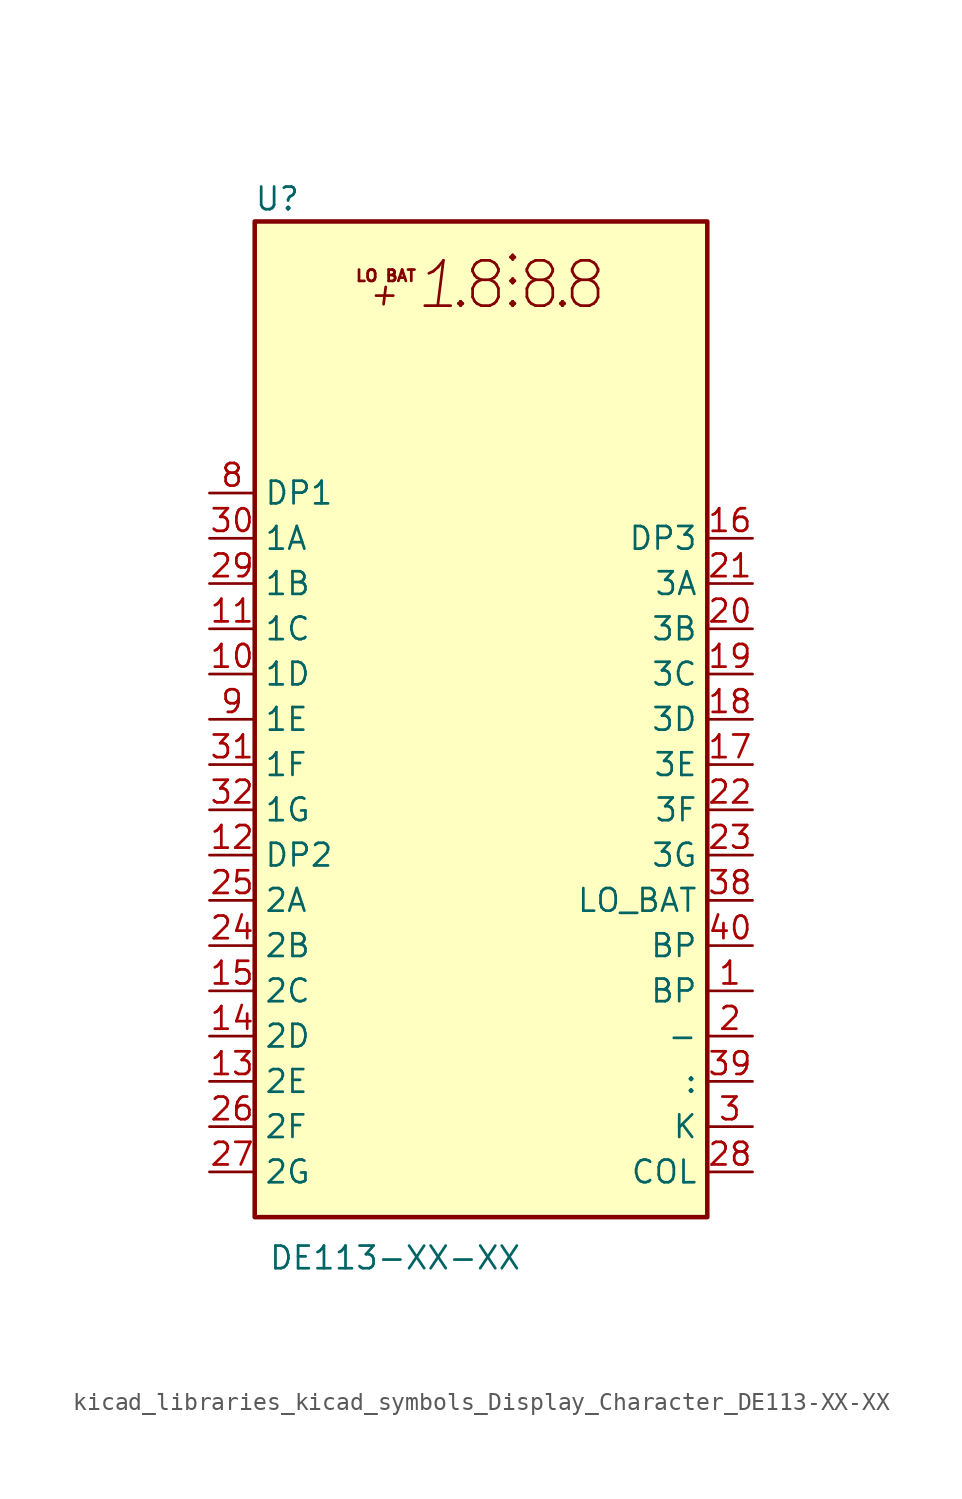
<source format=kicad_sym>
(kicad_symbol_lib
  (version 20220914)
  (generator kicad_symbol_editor)
  (symbol "kicad_libraries_kicad_symbols_Display_Character_DE113-XX-XX"
    (property "Reference" "U"
      (at -11.43 29.21 0)
      (effects (font (size 1.27 1.27))))
    (property "Value" "DE113-XX-XX"
      (at -11.938 -30.226 0)
      (effects (font (size 1.27 1.27)) (justify left)))
    (symbol "kicad_libraries_kicad_symbols_Display_Character_DE113-XX-XX_0_0"
      (text "+" (at -5.461 23.876 0) (effects (font (size 1.27 1.27) italic)))
      (text "." (at -1.143 24.384 0) (effects (font (size 2.54 2.54))))
      (text "." (at 1.778 24.384 0) (effects (font (size 2.54 2.54))))
      (text "." (at 4.572 24.384 0) (effects (font (size 2.54 2.54))))
      (text "1" (at -2.413 24.384 0) (effects (font (size 2.54 2.54) italic)))
      (text "8" (at 0.254 24.384 0) (effects (font (size 2.54 2.54))))
      (text "8" (at 3.302 24.384 0) (effects (font (size 2.54 2.54))))
      (text "8" (at 5.842 24.384 0) (effects (font (size 2.54 2.54))))
      (text ":" (at 1.778 25.654 0) (effects (font (size 2.54 2.54))))
      (text "LO BAT" (at -5.334 24.892 0) (effects (font (size 0.635 0.635)))))
    (symbol "kicad_libraries_kicad_symbols_Display_Character_DE113-XX-XX_0_1"
      (rectangle (start -12.7 27.94) (end 12.7 -27.94) (stroke (width 0.254) (type default)) (fill (type background))))
    (symbol "kicad_libraries_kicad_symbols_Display_Character_DE113-XX-XX_1_1"
      (pin input line (at 15.24 -15.24 180) (length 2.54) (name "BP" (effects (font (size 1.27 1.27)))) (number "1" (effects (font (size 1.27 1.27)))))
      (pin input line (at -15.24 2.54 0) (length 2.54) (name "1D" (effects (font (size 1.27 1.27)))) (number "10" (effects (font (size 1.27 1.27)))))
      (pin input line (at -15.24 5.08 0) (length 2.54) (name "1C" (effects (font (size 1.27 1.27)))) (number "11" (effects (font (size 1.27 1.27)))))
      (pin input line (at -15.24 -7.62 0) (length 2.54) (name "DP2" (effects (font (size 1.27 1.27)))) (number "12" (effects (font (size 1.27 1.27)))))
      (pin input line (at -15.24 -20.32 0) (length 2.54) (name "2E" (effects (font (size 1.27 1.27)))) (number "13" (effects (font (size 1.27 1.27)))))
      (pin input line (at -15.24 -17.78 0) (length 2.54) (name "2D" (effects (font (size 1.27 1.27)))) (number "14" (effects (font (size 1.27 1.27)))))
      (pin input line (at -15.24 -15.24 0) (length 2.54) (name "2C" (effects (font (size 1.27 1.27)))) (number "15" (effects (font (size 1.27 1.27)))))
      (pin input line (at 15.24 10.16 180) (length 2.54) (name "DP3" (effects (font (size 1.27 1.27)))) (number "16" (effects (font (size 1.27 1.27)))))
      (pin input line (at 15.24 -2.54 180) (length 2.54) (name "3E" (effects (font (size 1.27 1.27)))) (number "17" (effects (font (size 1.27 1.27)))))
      (pin input line (at 15.24 0 180) (length 2.54) (name "3D" (effects (font (size 1.27 1.27)))) (number "18" (effects (font (size 1.27 1.27)))))
      (pin input line (at 15.24 2.54 180) (length 2.54) (name "3C" (effects (font (size 1.27 1.27)))) (number "19" (effects (font (size 1.27 1.27)))))
      (pin input line (at 15.24 -17.78 180) (length 2.54) (name "-" (effects (font (size 1.27 1.27)))) (number "2" (effects (font (size 1.27 1.27)))))
      (pin input line (at 15.24 5.08 180) (length 2.54) (name "3B" (effects (font (size 1.27 1.27)))) (number "20" (effects (font (size 1.27 1.27)))))
      (pin input line (at 15.24 7.62 180) (length 2.54) (name "3A" (effects (font (size 1.27 1.27)))) (number "21" (effects (font (size 1.27 1.27)))))
      (pin input line (at 15.24 -5.08 180) (length 2.54) (name "3F" (effects (font (size 1.27 1.27)))) (number "22" (effects (font (size 1.27 1.27)))))
      (pin input line (at 15.24 -7.62 180) (length 2.54) (name "3G" (effects (font (size 1.27 1.27)))) (number "23" (effects (font (size 1.27 1.27)))))
      (pin input line (at -15.24 -12.7 0) (length 2.54) (name "2B" (effects (font (size 1.27 1.27)))) (number "24" (effects (font (size 1.27 1.27)))))
      (pin input line (at -15.24 -10.16 0) (length 2.54) (name "2A" (effects (font (size 1.27 1.27)))) (number "25" (effects (font (size 1.27 1.27)))))
      (pin input line (at -15.24 -22.86 0) (length 2.54) (name "2F" (effects (font (size 1.27 1.27)))) (number "26" (effects (font (size 1.27 1.27)))))
      (pin input line (at -15.24 -25.4 0) (length 2.54) (name "2G" (effects (font (size 1.27 1.27)))) (number "27" (effects (font (size 1.27 1.27)))))
      (pin input line (at 15.24 -25.4 180) (length 2.54) (name "COL" (effects (font (size 1.27 1.27)))) (number "28" (effects (font (size 1.27 1.27)))))
      (pin input line (at -15.24 7.62 0) (length 2.54) (name "1B" (effects (font (size 1.27 1.27)))) (number "29" (effects (font (size 1.27 1.27)))))
      (pin input line (at 15.24 -22.86 180) (length 2.54) (name "K" (effects (font (size 1.27 1.27)))) (number "3" (effects (font (size 1.27 1.27)))))
      (pin input line (at -15.24 10.16 0) (length 2.54) (name "1A" (effects (font (size 1.27 1.27)))) (number "30" (effects (font (size 1.27 1.27)))))
      (pin input line (at -15.24 -2.54 0) (length 2.54) (name "1F" (effects (font (size 1.27 1.27)))) (number "31" (effects (font (size 1.27 1.27)))))
      (pin input line (at -15.24 -5.08 0) (length 2.54) (name "1G" (effects (font (size 1.27 1.27)))) (number "32" (effects (font (size 1.27 1.27)))))
      (pin no_connect line (at 12.7 12.7 180) (length 2.54) hide (name "NC" (effects (font (size 1.27 1.27)))) (number "33" (effects (font (size 1.27 1.27)))))
      (pin no_connect line (at 12.7 15.24 180) (length 2.54) hide (name "NC" (effects (font (size 1.27 1.27)))) (number "34" (effects (font (size 1.27 1.27)))))
      (pin no_connect line (at 12.7 17.78 180) (length 2.54) hide (name "NC" (effects (font (size 1.27 1.27)))) (number "35" (effects (font (size 1.27 1.27)))))
      (pin no_connect line (at 12.7 20.32 180) (length 2.54) hide (name "NC" (effects (font (size 1.27 1.27)))) (number "36" (effects (font (size 1.27 1.27)))))
      (pin no_connect line (at 12.7 22.86 180) (length 2.54) hide (name "NC" (effects (font (size 1.27 1.27)))) (number "37" (effects (font (size 1.27 1.27)))))
      (pin input line (at 15.24 -10.16 180) (length 2.54) (name "LO_BAT" (effects (font (size 1.27 1.27)))) (number "38" (effects (font (size 1.27 1.27)))))
      (pin input line (at 15.24 -20.32 180) (length 2.54) (name ":" (effects (font (size 1.27 1.27)))) (number "39" (effects (font (size 1.27 1.27)))))
      (pin no_connect line (at -12.7 22.86 0) (length 2.54) hide (name "NC" (effects (font (size 1.27 1.27)))) (number "4" (effects (font (size 1.27 1.27)))))
      (pin input line (at 15.24 -12.7 180) (length 2.54) (name "BP" (effects (font (size 1.27 1.27)))) (number "40" (effects (font (size 1.27 1.27)))))
      (pin no_connect line (at -12.7 20.32 0) (length 2.54) hide (name "NC" (effects (font (size 1.27 1.27)))) (number "5" (effects (font (size 1.27 1.27)))))
      (pin no_connect line (at -12.7 17.78 0) (length 2.54) hide (name "NC" (effects (font (size 1.27 1.27)))) (number "6" (effects (font (size 1.27 1.27)))))
      (pin no_connect line (at -12.7 15.24 0) (length 2.54) hide (name "NC" (effects (font (size 1.27 1.27)))) (number "7" (effects (font (size 1.27 1.27)))))
      (pin input line (at -15.24 12.7 0) (length 2.54) (name "DP1" (effects (font (size 1.27 1.27)))) (number "8" (effects (font (size 1.27 1.27)))))
      (pin input line (at -15.24 0 0) (length 2.54) (name "1E" (effects (font (size 1.27 1.27)))) (number "9" (effects (font (size 1.27 1.27))))))))
</source>
